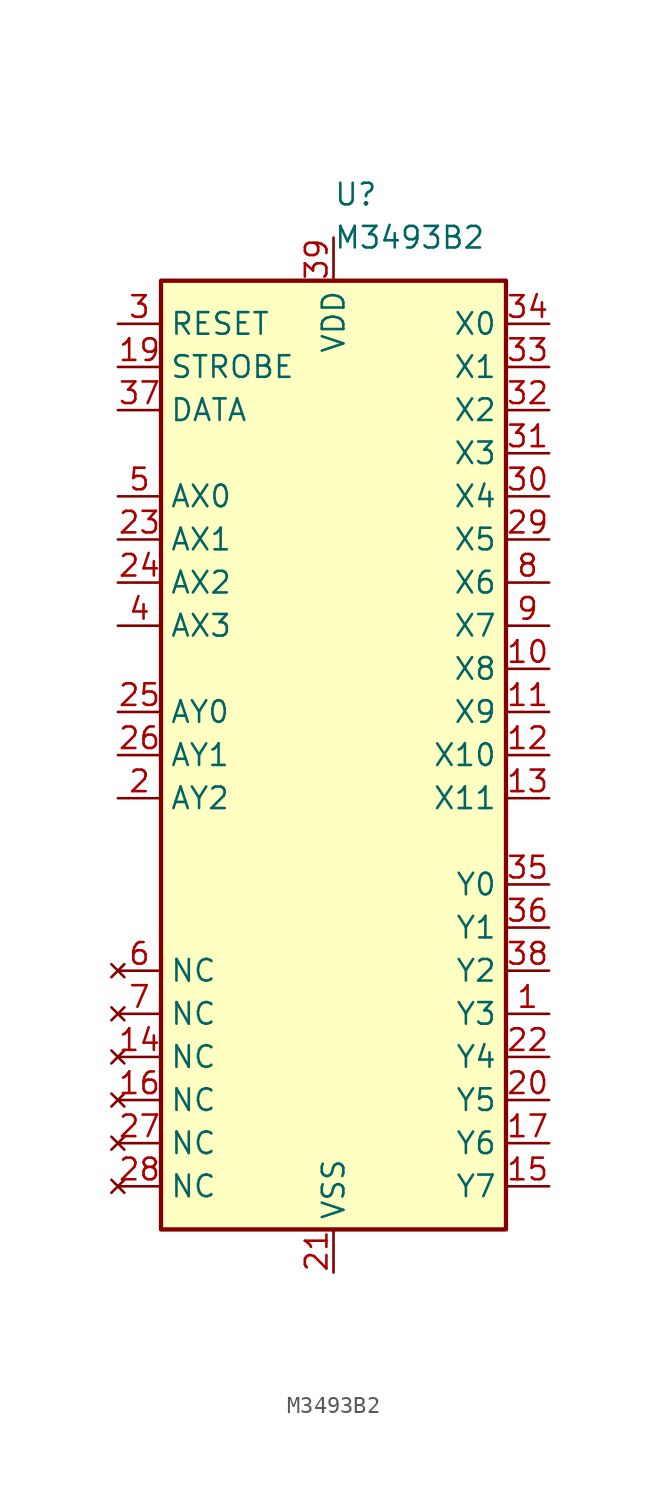
<source format=kicad_sym>
(kicad_symbol_lib
  (version 20211014)
  (generator kicad_symbol_editor)
  (symbol "M3493B2"
    (property "Reference" "U"
      (at 0 33.02 0)
      (effects (font (size 1.27 1.27)) (justify left)))
    (property "Value" "M3493B2"
      (at 0 30.48 0)
      (effects (font (size 1.27 1.27)) (justify left)))
    (symbol "M3493B2_0_0"
      (pin bidirectional line (at 12.7 -15.24 180) (length 2.54) (name "Y3" (effects (font (size 1.27 1.27)))) (number "1" (effects (font (size 1.27 1.27)))))
      (pin bidirectional line (at 12.7 5.08 180) (length 2.54) (name "X8" (effects (font (size 1.27 1.27)))) (number "10" (effects (font (size 1.27 1.27)))))
      (pin bidirectional line (at 12.7 2.54 180) (length 2.54) (name "X9" (effects (font (size 1.27 1.27)))) (number "11" (effects (font (size 1.27 1.27)))))
      (pin bidirectional line (at 12.7 0 180) (length 2.54) (name "X10" (effects (font (size 1.27 1.27)))) (number "12" (effects (font (size 1.27 1.27)))))
      (pin bidirectional line (at 12.7 -2.54 180) (length 2.54) (name "X11" (effects (font (size 1.27 1.27)))) (number "13" (effects (font (size 1.27 1.27)))))
      (pin no_connect line (at -12.7 -17.78 0) (length 2.54) (name "NC" (effects (font (size 1.27 1.27)))) (number "14" (effects (font (size 1.27 1.27)))))
      (pin bidirectional line (at 12.7 -25.4 180) (length 2.54) (name "Y7" (effects (font (size 1.27 1.27)))) (number "15" (effects (font (size 1.27 1.27)))))
      (pin no_connect line (at -12.7 -20.32 0) (length 2.54) (name "NC" (effects (font (size 1.27 1.27)))) (number "16" (effects (font (size 1.27 1.27)))))
      (pin bidirectional line (at 12.7 -22.86 180) (length 2.54) (name "Y6" (effects (font (size 1.27 1.27)))) (number "17" (effects (font (size 1.27 1.27)))))
      (pin input line (at -12.7 22.86 0) (length 2.54) (name "STROBE" (effects (font (size 1.27 1.27)))) (number "19" (effects (font (size 1.27 1.27)))))
      (pin input line (at -12.7 -2.54 0) (length 2.54) (name "AY2" (effects (font (size 1.27 1.27)))) (number "2" (effects (font (size 1.27 1.27)))))
      (pin bidirectional line (at 12.7 -20.32 180) (length 2.54) (name "Y5" (effects (font (size 1.27 1.27)))) (number "20" (effects (font (size 1.27 1.27)))))
      (pin power_in line (at 0 -30.48 90) (length 2.54) (name "VSS" (effects (font (size 1.27 1.27)))) (number "21" (effects (font (size 1.27 1.27)))))
      (pin bidirectional line (at 12.7 -17.78 180) (length 2.54) (name "Y4" (effects (font (size 1.27 1.27)))) (number "22" (effects (font (size 1.27 1.27)))))
      (pin input line (at -12.7 12.7 0) (length 2.54) (name "AX1" (effects (font (size 1.27 1.27)))) (number "23" (effects (font (size 1.27 1.27)))))
      (pin input line (at -12.7 10.16 0) (length 2.54) (name "AX2" (effects (font (size 1.27 1.27)))) (number "24" (effects (font (size 1.27 1.27)))))
      (pin input line (at -12.7 2.54 0) (length 2.54) (name "AY0" (effects (font (size 1.27 1.27)))) (number "25" (effects (font (size 1.27 1.27)))))
      (pin input line (at -12.7 0 0) (length 2.54) (name "AY1" (effects (font (size 1.27 1.27)))) (number "26" (effects (font (size 1.27 1.27)))))
      (pin no_connect line (at -12.7 -22.86 0) (length 2.54) (name "NC" (effects (font (size 1.27 1.27)))) (number "27" (effects (font (size 1.27 1.27)))))
      (pin no_connect line (at -12.7 -25.4 0) (length 2.54) (name "NC" (effects (font (size 1.27 1.27)))) (number "28" (effects (font (size 1.27 1.27)))))
      (pin bidirectional line (at 12.7 12.7 180) (length 2.54) (name "X5" (effects (font (size 1.27 1.27)))) (number "29" (effects (font (size 1.27 1.27)))))
      (pin input line (at -12.7 25.4 0) (length 2.54) (name "RESET" (effects (font (size 1.27 1.27)))) (number "3" (effects (font (size 1.27 1.27)))))
      (pin bidirectional line (at 12.7 15.24 180) (length 2.54) (name "X4" (effects (font (size 1.27 1.27)))) (number "30" (effects (font (size 1.27 1.27)))))
      (pin bidirectional line (at 12.7 17.78 180) (length 2.54) (name "X3" (effects (font (size 1.27 1.27)))) (number "31" (effects (font (size 1.27 1.27)))))
      (pin bidirectional line (at 12.7 20.32 180) (length 2.54) (name "X2" (effects (font (size 1.27 1.27)))) (number "32" (effects (font (size 1.27 1.27)))))
      (pin bidirectional line (at 12.7 22.86 180) (length 2.54) (name "X1" (effects (font (size 1.27 1.27)))) (number "33" (effects (font (size 1.27 1.27)))))
      (pin bidirectional line (at 12.7 25.4 180) (length 2.54) (name "X0" (effects (font (size 1.27 1.27)))) (number "34" (effects (font (size 1.27 1.27)))))
      (pin bidirectional line (at 12.7 -7.62 180) (length 2.54) (name "Y0" (effects (font (size 1.27 1.27)))) (number "35" (effects (font (size 1.27 1.27)))))
      (pin bidirectional line (at 12.7 -10.16 180) (length 2.54) (name "Y1" (effects (font (size 1.27 1.27)))) (number "36" (effects (font (size 1.27 1.27)))))
      (pin input line (at -12.7 20.32 0) (length 2.54) (name "DATA" (effects (font (size 1.27 1.27)))) (number "37" (effects (font (size 1.27 1.27)))))
      (pin bidirectional line (at 12.7 -12.7 180) (length 2.54) (name "Y2" (effects (font (size 1.27 1.27)))) (number "38" (effects (font (size 1.27 1.27)))))
      (pin power_in line (at 0 30.48 270) (length 2.54) (name "VDD" (effects (font (size 1.27 1.27)))) (number "39" (effects (font (size 1.27 1.27)))))
      (pin input line (at -12.7 7.62 0) (length 2.54) (name "AX3" (effects (font (size 1.27 1.27)))) (number "4" (effects (font (size 1.27 1.27)))))
      (pin input line (at -12.7 15.24 0) (length 2.54) (name "AX0" (effects (font (size 1.27 1.27)))) (number "5" (effects (font (size 1.27 1.27)))))
      (pin no_connect line (at -12.7 -12.7 0) (length 2.54) (name "NC" (effects (font (size 1.27 1.27)))) (number "6" (effects (font (size 1.27 1.27)))))
      (pin no_connect line (at -12.7 -15.24 0) (length 2.54) (name "NC" (effects (font (size 1.27 1.27)))) (number "7" (effects (font (size 1.27 1.27)))))
      (pin bidirectional line (at 12.7 10.16 180) (length 2.54) (name "X6" (effects (font (size 1.27 1.27)))) (number "8" (effects (font (size 1.27 1.27)))))
      (pin bidirectional line (at 12.7 7.62 180) (length 2.54) (name "X7" (effects (font (size 1.27 1.27)))) (number "9" (effects (font (size 1.27 1.27))))))
    (symbol "M3493B2_0_1"
      (rectangle (start -10.16 27.94) (end 10.16 -27.94) (stroke (width 0.254) (type default) (color 0 0 0 0)) (fill (type background))))))
</source>
